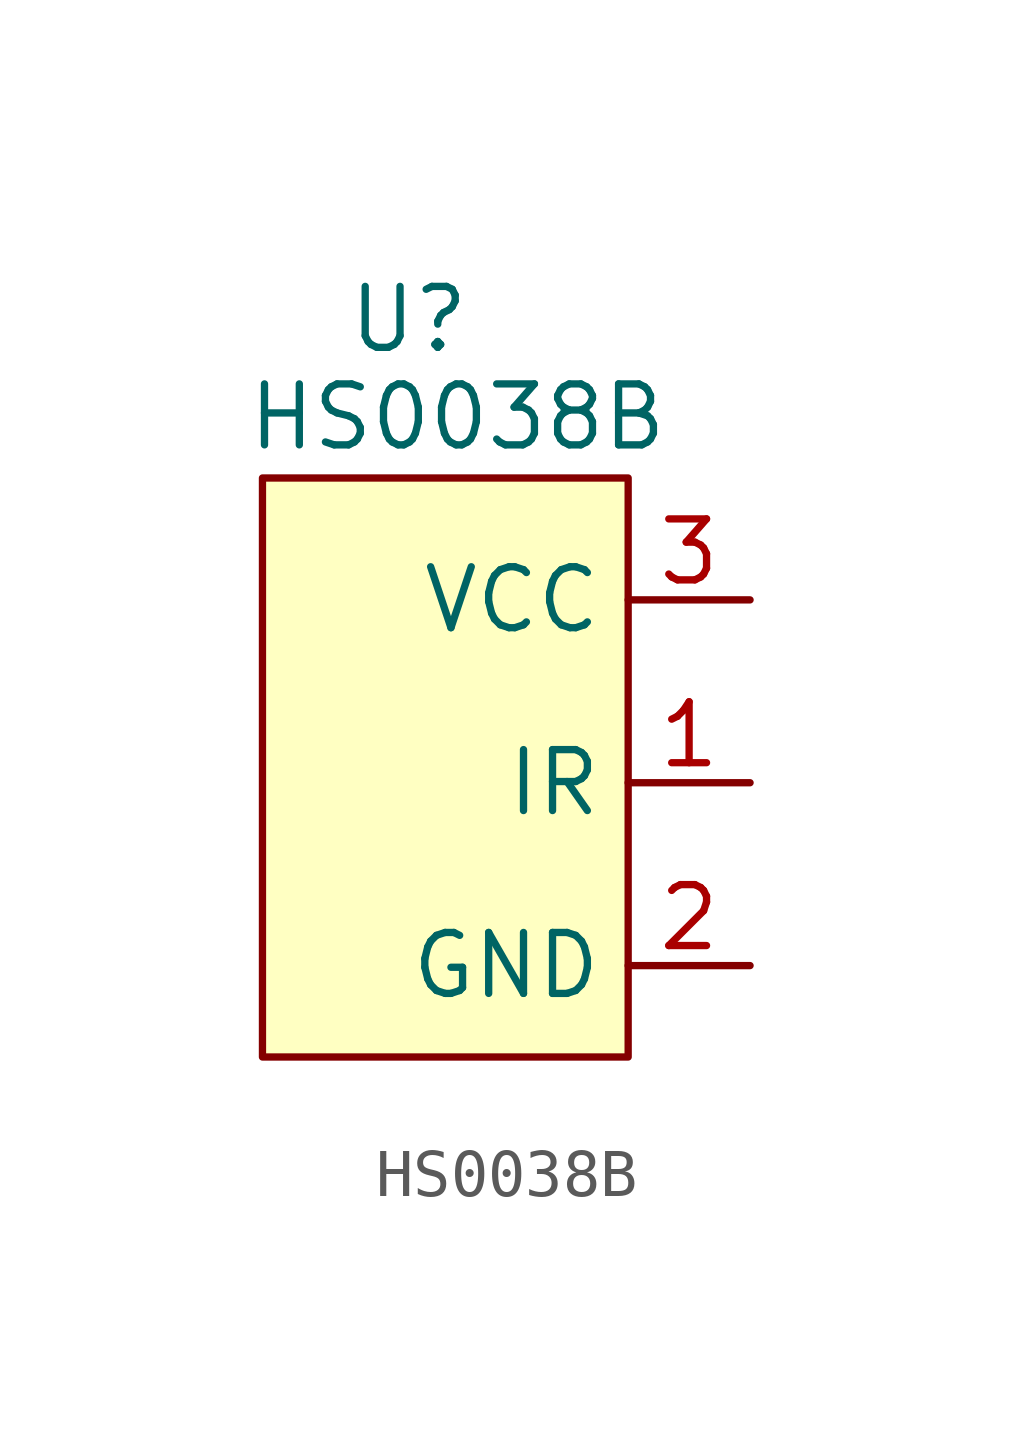
<source format=kicad_sym>
(kicad_symbol_lib
  (version 20231120)
  (generator "kicad_symbol_editor")
  (generator_version "8.0")
  (symbol "HS0038B"
    (property "Reference" "U"
      (at -0.762 9.652 0)
      (effects (font (size 1.27 1.27))))
    (property "Value" "HS0038B"
      (at 0.254 7.62 0)
      (effects (font (size 1.27 1.27))))
    (symbol "HS0038B_1_1"
      (rectangle (start -3.81 6.35) (end 3.81 -5.715) (stroke (width 0) (type default)) (fill (type background)))
      (pin output line (at 6.35 0 180) (length 2.54) (name "IR" (effects (font (size 1.27 1.27)))) (number "1" (effects (font (size 1.27 1.27)))))
      (pin power_in line (at 6.35 -3.81 180) (length 2.54) (name "GND" (effects (font (size 1.27 1.27)))) (number "2" (effects (font (size 1.27 1.27)))))
      (pin power_in line (at 6.35 3.81 180) (length 2.54) (name "VCC" (effects (font (size 1.27 1.27)))) (number "3" (effects (font (size 1.27 1.27))))))))
</source>
